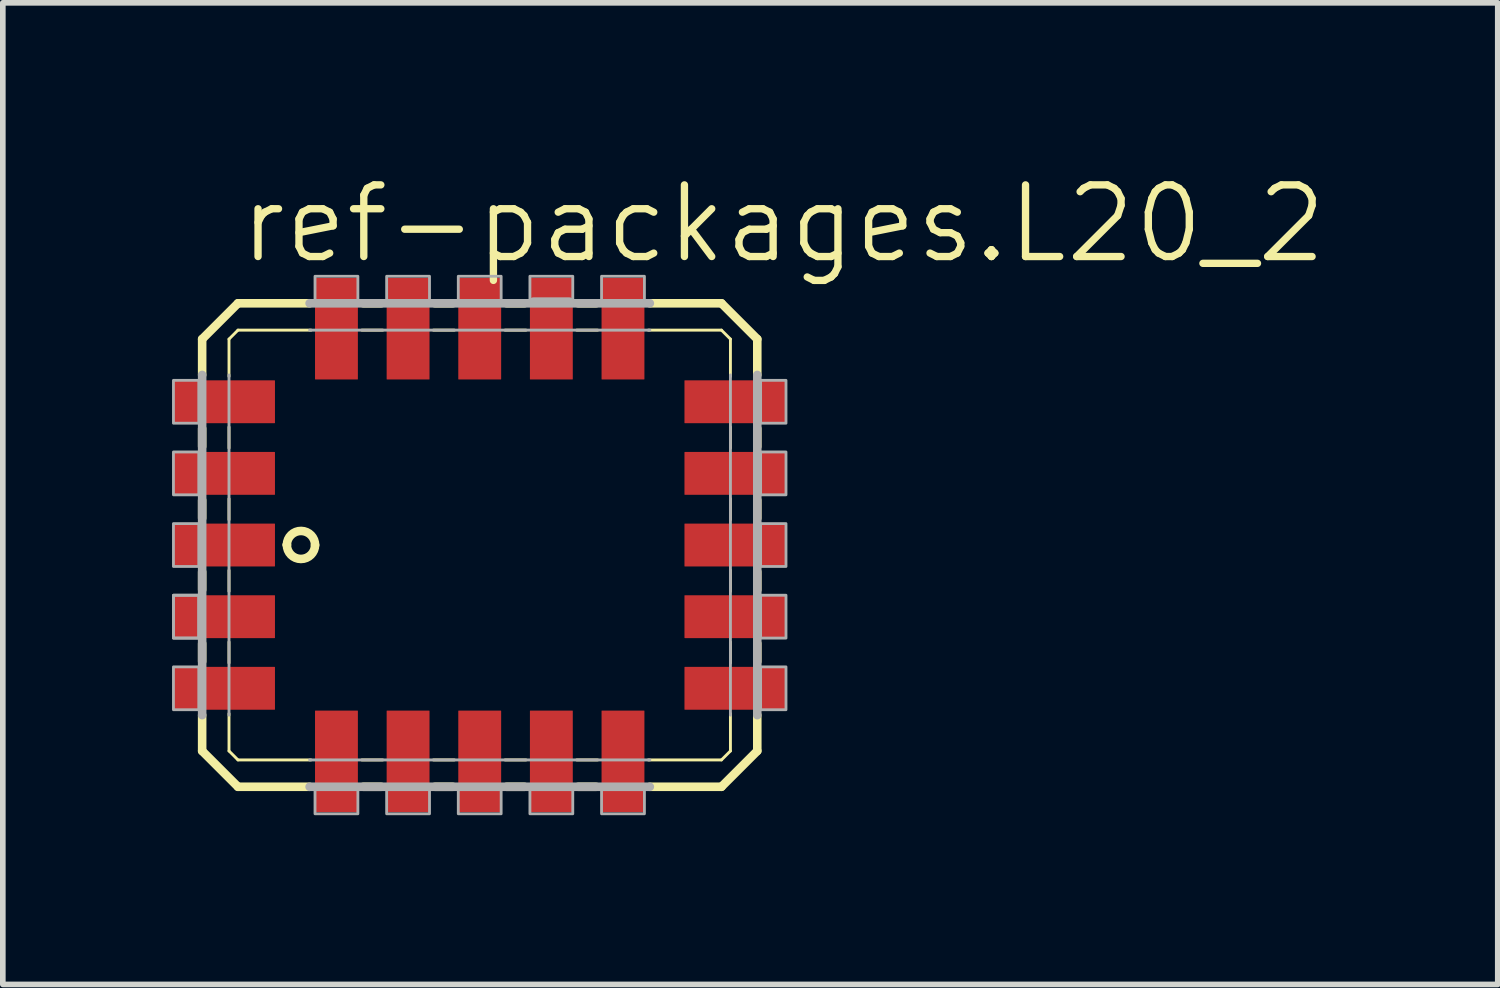
<source format=kicad_pcb>
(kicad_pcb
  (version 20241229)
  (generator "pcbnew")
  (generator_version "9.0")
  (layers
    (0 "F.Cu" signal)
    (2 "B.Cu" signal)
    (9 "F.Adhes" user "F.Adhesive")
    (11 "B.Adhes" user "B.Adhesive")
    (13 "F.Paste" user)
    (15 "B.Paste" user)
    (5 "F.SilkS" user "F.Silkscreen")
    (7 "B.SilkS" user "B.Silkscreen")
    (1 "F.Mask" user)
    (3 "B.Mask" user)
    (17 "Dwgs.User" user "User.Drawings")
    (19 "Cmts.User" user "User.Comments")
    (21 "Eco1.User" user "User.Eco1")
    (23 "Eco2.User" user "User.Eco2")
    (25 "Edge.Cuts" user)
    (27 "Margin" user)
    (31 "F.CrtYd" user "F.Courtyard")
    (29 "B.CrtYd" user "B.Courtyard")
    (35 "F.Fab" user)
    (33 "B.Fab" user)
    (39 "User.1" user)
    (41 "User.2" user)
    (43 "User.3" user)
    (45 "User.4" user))
  (footprint "ref-packages.L20_2"
    (layer "F.Cu")
    (at 5.455 5.978)
    (property "Reference" "ref-packages.L20_2" (at -4.318 -4.318 0) (layer "F.SilkS") (effects (font (size 1.27 1.27) (thickness 0.13)) (justify left bottom)))
    (attr smd)
    (fp_line (start -4.921 -3.016) (end -4.921 -2.381) (stroke (width 0.152) (type default)) (layer "F.SilkS"))
    (fp_line (start -4.921 -1.429) (end -4.921 -1.111) (stroke (width 0.152) (type default)) (layer "F.SilkS"))
    (fp_line (start -4.921 -0.159) (end -4.921 0.159) (stroke (width 0.152) (type default)) (layer "F.SilkS"))
    (fp_line (start -4.921 1.111) (end -4.921 1.429) (stroke (width 0.152) (type default)) (layer "F.SilkS"))
    (fp_line (start -4.921 2.381) (end -4.921 2.699) (stroke (width 0.152) (type default)) (layer "F.SilkS"))
    (fp_line (start -4.921 3.651) (end -4.921 4.286) (stroke (width 0.152) (type default)) (layer "F.SilkS"))
    (fp_line (start -4.921 4.286) (end -4.286 4.921) (stroke (width 0.152) (type default)) (layer "F.SilkS"))
    (fp_line (start -4.445 -3.016) (end -4.286 -3.175) (stroke (width 0.051) (type default)) (layer "F.SilkS"))
    (fp_line (start -4.445 -2.353) (end -4.445 -3.016) (stroke (width 0.051) (type default)) (layer "F.SilkS"))
    (fp_line (start -4.445 -1.083) (end -4.445 -1.457) (stroke (width 0.051) (type default)) (layer "F.SilkS"))
    (fp_line (start -4.445 0.187) (end -4.445 -0.187) (stroke (width 0.051) (type default)) (layer "F.SilkS"))
    (fp_line (start -4.445 1.457) (end -4.445 1.083) (stroke (width 0.051) (type default)) (layer "F.SilkS"))
    (fp_line (start -4.445 2.727) (end -4.445 2.353) (stroke (width 0.051) (type default)) (layer "F.SilkS"))
    (fp_line (start -4.445 4.286) (end -4.445 3.623) (stroke (width 0.051) (type default)) (layer "F.SilkS"))
    (fp_line (start -4.286 -3.651) (end -4.921 -3.016) (stroke (width 0.152) (type default)) (layer "F.SilkS"))
    (fp_line (start -4.286 -3.175) (end -2.988 -3.175) (stroke (width 0.051) (type default)) (layer "F.SilkS"))
    (fp_line (start -4.286 4.445) (end -4.445 4.286) (stroke (width 0.051) (type default)) (layer "F.SilkS"))
    (fp_line (start -4.286 4.921) (end -3.016 4.921) (stroke (width 0.152) (type default)) (layer "F.SilkS"))
    (fp_line (start -3.016 -3.651) (end -4.286 -3.651) (stroke (width 0.152) (type default)) (layer "F.SilkS"))
    (fp_line (start -2.991 4.445) (end -4.286 4.445) (stroke (width 0.051) (type default)) (layer "F.SilkS"))
    (fp_line (start -2.092 -3.175) (end -1.718 -3.175) (stroke (width 0.051) (type default)) (layer "F.SilkS"))
    (fp_line (start -2.064 4.921) (end -1.746 4.921) (stroke (width 0.152) (type default)) (layer "F.SilkS"))
    (fp_line (start -1.746 -3.651) (end -2.064 -3.651) (stroke (width 0.152) (type default)) (layer "F.SilkS"))
    (fp_line (start -1.718 4.445) (end -2.092 4.445) (stroke (width 0.051) (type default)) (layer "F.SilkS"))
    (fp_line (start -0.822 -3.175) (end -0.448 -3.175) (stroke (width 0.051) (type default)) (layer "F.SilkS"))
    (fp_line (start -0.794 4.921) (end -0.476 4.921) (stroke (width 0.152) (type default)) (layer "F.SilkS"))
    (fp_line (start -0.476 -3.651) (end -0.794 -3.651) (stroke (width 0.152) (type default)) (layer "F.SilkS"))
    (fp_line (start -0.448 4.445) (end -0.822 4.445) (stroke (width 0.051) (type default)) (layer "F.SilkS"))
    (fp_line (start 0.448 -3.175) (end 0.822 -3.175) (stroke (width 0.051) (type default)) (layer "F.SilkS"))
    (fp_line (start 0.476 4.921) (end 0.794 4.921) (stroke (width 0.152) (type default)) (layer "F.SilkS"))
    (fp_line (start 0.794 -3.651) (end 0.476 -3.651) (stroke (width 0.152) (type default)) (layer "F.SilkS"))
    (fp_line (start 0.822 4.445) (end 0.448 4.445) (stroke (width 0.051) (type default)) (layer "F.SilkS"))
    (fp_line (start 1.718 -3.175) (end 2.092 -3.175) (stroke (width 0.051) (type default)) (layer "F.SilkS"))
    (fp_line (start 1.746 4.921) (end 2.064 4.921) (stroke (width 0.152) (type default)) (layer "F.SilkS"))
    (fp_line (start 2.064 -3.651) (end 1.746 -3.651) (stroke (width 0.152) (type default)) (layer "F.SilkS"))
    (fp_line (start 2.092 4.445) (end 1.718 4.445) (stroke (width 0.051) (type default)) (layer "F.SilkS"))
    (fp_line (start 2.988 -3.175) (end 4.286 -3.175) (stroke (width 0.051) (type default)) (layer "F.SilkS"))
    (fp_line (start 3.016 4.921) (end 4.286 4.921) (stroke (width 0.152) (type default)) (layer "F.SilkS"))
    (fp_line (start 4.286 -3.651) (end 3.016 -3.651) (stroke (width 0.152) (type default)) (layer "F.SilkS"))
    (fp_line (start 4.286 -3.175) (end 4.445 -3.016) (stroke (width 0.051) (type default)) (layer "F.SilkS"))
    (fp_line (start 4.286 4.445) (end 2.988 4.445) (stroke (width 0.051) (type default)) (layer "F.SilkS"))
    (fp_line (start 4.286 4.921) (end 4.921 4.286) (stroke (width 0.152) (type default)) (layer "F.SilkS"))
    (fp_line (start 4.445 -3.016) (end 4.445 -2.353) (stroke (width 0.051) (type default)) (layer "F.SilkS"))
    (fp_line (start 4.445 -1.457) (end 4.445 -1.083) (stroke (width 0.051) (type default)) (layer "F.SilkS"))
    (fp_line (start 4.445 -0.187) (end 4.445 0.187) (stroke (width 0.051) (type default)) (layer "F.SilkS"))
    (fp_line (start 4.445 1.083) (end 4.445 1.457) (stroke (width 0.051) (type default)) (layer "F.SilkS"))
    (fp_line (start 4.445 2.353) (end 4.445 2.727) (stroke (width 0.051) (type default)) (layer "F.SilkS"))
    (fp_line (start 4.445 3.623) (end 4.445 4.286) (stroke (width 0.051) (type default)) (layer "F.SilkS"))
    (fp_line (start 4.445 4.286) (end 4.286 4.445) (stroke (width 0.051) (type default)) (layer "F.SilkS"))
    (fp_line (start 4.921 -3.016) (end 4.286 -3.651) (stroke (width 0.152) (type default)) (layer "F.SilkS"))
    (fp_line (start 4.921 -2.381) (end 4.921 -3.016) (stroke (width 0.152) (type default)) (layer "F.SilkS"))
    (fp_line (start 4.921 -1.111) (end 4.921 -1.429) (stroke (width 0.152) (type default)) (layer "F.SilkS"))
    (fp_line (start 4.921 0.159) (end 4.921 -0.159) (stroke (width 0.152) (type default)) (layer "F.SilkS"))
    (fp_line (start 4.921 1.429) (end 4.921 1.111) (stroke (width 0.152) (type default)) (layer "F.SilkS"))
    (fp_line (start 4.921 2.699) (end 4.921 2.381) (stroke (width 0.152) (type default)) (layer "F.SilkS"))
    (fp_line (start 4.921 4.286) (end 4.921 3.651) (stroke (width 0.152) (type default)) (layer "F.SilkS"))
    (fp_arc (start -3.419 0.631) (mid -3.16504 0.387487) (end -2.919 0.639) (stroke (width 0.1524) (type default)) (layer "F.SilkS"))
    (fp_arc (start -3.419 0.636) (mid -3.419012 0.6335) (end -3.419 0.631) (stroke (width 0.1524) (type default)) (layer "F.SilkS"))
    (fp_arc (start -2.919 0.633) (mid -3.17 0.882) (end -3.419 0.631) (stroke (width 0.1524) (type default)) (layer "F.SilkS"))
    (fp_line (start -4.921 -2.381) (end -4.921 3.651) (stroke (width 0.152) (type default)) (layer "F.Fab"))
    (fp_line (start -4.445 3.651) (end -4.445 -2.381) (stroke (width 0.051) (type default)) (layer "F.Fab"))
    (fp_line (start -3.016 -3.175) (end 3.016 -3.175) (stroke (width 0.051) (type default)) (layer "F.Fab"))
    (fp_line (start -3.016 4.921) (end 3.016 4.921) (stroke (width 0.152) (type default)) (layer "F.Fab"))
    (fp_line (start 0.95 -3.68) (end 1.59 -3.68) (stroke (width 0.152) (type default)) (layer "F.Fab"))
    (fp_line (start 3.016 -3.651) (end -3.016 -3.651) (stroke (width 0.152) (type default)) (layer "F.Fab"))
    (fp_line (start 3.016 4.445) (end -3.016 4.445) (stroke (width 0.051) (type default)) (layer "F.Fab"))
    (fp_line (start 4.445 -2.381) (end 4.445 3.651) (stroke (width 0.051) (type default)) (layer "F.Fab"))
    (fp_line (start 4.921 3.651) (end 4.921 -2.381) (stroke (width 0.152) (type default)) (layer "F.Fab"))
    (fp_rect (start -5.43 -1.525) (end -4.98 -2.285) (stroke (width 0.05) (type default)) (fill no) (layer "F.Fab"))
    (fp_rect (start -5.43 -0.255) (end -4.98 -1.015) (stroke (width 0.05) (type default)) (fill no) (layer "F.Fab"))
    (fp_rect (start -5.43 1.015) (end -4.98 0.255) (stroke (width 0.05) (type default)) (fill no) (layer "F.Fab"))
    (fp_rect (start -5.43 2.285) (end -4.98 1.525) (stroke (width 0.05) (type default)) (fill no) (layer "F.Fab"))
    (fp_rect (start -5.43 2.285) (end -4.98 1.525) (stroke (width 0.05) (type default)) (fill no) (layer "F.Fab"))
    (fp_rect (start -5.43 3.555) (end -4.98 2.795) (stroke (width 0.05) (type default)) (fill no) (layer "F.Fab"))
    (fp_rect (start -2.92 -3.68) (end -2.16 -4.13) (stroke (width 0.05) (type default)) (fill no) (layer "F.Fab"))
    (fp_rect (start -2.92 5.4) (end -2.16 4.95) (stroke (width 0.05) (type default)) (fill no) (layer "F.Fab"))
    (fp_rect (start -1.65 -3.68) (end -0.89 -4.13) (stroke (width 0.05) (type default)) (fill no) (layer "F.Fab"))
    (fp_rect (start -1.65 5.4) (end -0.89 4.95) (stroke (width 0.05) (type default)) (fill no) (layer "F.Fab"))
    (fp_rect (start -0.38 -3.68) (end 0.38 -4.13) (stroke (width 0.05) (type default)) (fill no) (layer "F.Fab"))
    (fp_rect (start -0.38 5.4) (end 0.38 4.95) (stroke (width 0.05) (type default)) (fill no) (layer "F.Fab"))
    (fp_rect (start 0.89 -3.68) (end 1.65 -4.13) (stroke (width 0.05) (type default)) (fill no) (layer "F.Fab"))
    (fp_rect (start 0.89 5.4) (end 1.65 4.95) (stroke (width 0.05) (type default)) (fill no) (layer "F.Fab"))
    (fp_rect (start 2.16 -3.68) (end 2.92 -4.13) (stroke (width 0.05) (type default)) (fill no) (layer "F.Fab"))
    (fp_rect (start 2.16 5.4) (end 2.92 4.95) (stroke (width 0.05) (type default)) (fill no) (layer "F.Fab"))
    (fp_rect (start 4.98 -1.525) (end 5.43 -2.285) (stroke (width 0.05) (type default)) (fill no) (layer "F.Fab"))
    (fp_rect (start 4.98 -0.255) (end 5.43 -1.015) (stroke (width 0.05) (type default)) (fill no) (layer "F.Fab"))
    (fp_rect (start 4.98 1.015) (end 5.43 0.255) (stroke (width 0.05) (type default)) (fill no) (layer "F.Fab"))
    (fp_rect (start 4.98 2.285) (end 5.43 1.525) (stroke (width 0.05) (type default)) (fill no) (layer "F.Fab"))
    (fp_rect (start 4.98 3.555) (end 5.43 2.795) (stroke (width 0.05) (type default)) (fill no) (layer "F.Fab"))
    (pad "1" smd roundrect (at -4.53 0.635) (size 1.8 0.76) (layers "F.Cu" "F.Mask" "F.Paste") (roundrect_rratio 0.01))
    (pad "2" smd roundrect (at -4.53 1.905) (size 1.8 0.76) (layers "F.Cu" "F.Mask" "F.Paste") (roundrect_rratio 0.01))
    (pad "3" smd roundrect (at -4.53 3.175) (size 1.8 0.76) (layers "F.Cu" "F.Mask" "F.Paste") (roundrect_rratio 0.01))
    (pad "4" smd roundrect (at -2.54 4.47) (size 0.76 1.8) (layers "F.Cu" "F.Mask" "F.Paste") (roundrect_rratio 0.01))
    (pad "5" smd roundrect (at -1.27 4.47) (size 0.76 1.8) (layers "F.Cu" "F.Mask" "F.Paste") (roundrect_rratio 0.01))
    (pad "6" smd roundrect (at 0 4.47) (size 0.76 1.8) (layers "F.Cu" "F.Mask" "F.Paste") (roundrect_rratio 0.01))
    (pad "7" smd roundrect (at 1.27 4.47) (size 0.76 1.8) (layers "F.Cu" "F.Mask" "F.Paste") (roundrect_rratio 0.01))
    (pad "8" smd roundrect (at 2.54 4.47) (size 0.76 1.8) (layers "F.Cu" "F.Mask" "F.Paste") (roundrect_rratio 0.01))
    (pad "9" smd roundrect (at 4.53 3.175) (size 1.8 0.76) (layers "F.Cu" "F.Mask" "F.Paste") (roundrect_rratio 0.01))
    (pad "10" smd roundrect (at 4.53 1.905) (size 1.8 0.76) (layers "F.Cu" "F.Mask" "F.Paste") (roundrect_rratio 0.01))
    (pad "11" smd roundrect (at 4.53 0.635) (size 1.8 0.76) (layers "F.Cu" "F.Mask" "F.Paste") (roundrect_rratio 0.01))
    (pad "12" smd roundrect (at 4.53 -0.635) (size 1.8 0.76) (layers "F.Cu" "F.Mask" "F.Paste") (roundrect_rratio 0.01))
    (pad "13" smd roundrect (at 4.53 -1.905) (size 1.8 0.76) (layers "F.Cu" "F.Mask" "F.Paste") (roundrect_rratio 0.01))
    (pad "14" smd roundrect (at 2.54 -3.2) (size 0.76 1.8) (layers "F.Cu" "F.Mask" "F.Paste") (roundrect_rratio 0.01))
    (pad "15" smd roundrect (at 1.27 -3.2) (size 0.76 1.8) (layers "F.Cu" "F.Mask" "F.Paste") (roundrect_rratio 0.01))
    (pad "16" smd roundrect (at 0 -3.2) (size 0.76 1.8) (layers "F.Cu" "F.Mask" "F.Paste") (roundrect_rratio 0.01))
    (pad "17" smd roundrect (at -1.27 -3.2) (size 0.76 1.8) (layers "F.Cu" "F.Mask" "F.Paste") (roundrect_rratio 0.01))
    (pad "18" smd roundrect (at -2.54 -3.2) (size 0.76 1.8) (layers "F.Cu" "F.Mask" "F.Paste") (roundrect_rratio 0.01))
    (pad "19" smd roundrect (at -4.53 -1.905) (size 1.8 0.76) (layers "F.Cu" "F.Mask" "F.Paste") (roundrect_rratio 0.01))
    (pad "20" smd roundrect (at -4.53 -0.635) (size 1.8 0.76) (layers "F.Cu" "F.Mask" "F.Paste") (roundrect_rratio 0.01)))
  (gr_rect
    (start -3 -3)
    (end 23.504 14.403)
    (stroke (width 0.1) (type default))
    (fill no)
    (layer "Edge.Cuts")))
</source>
